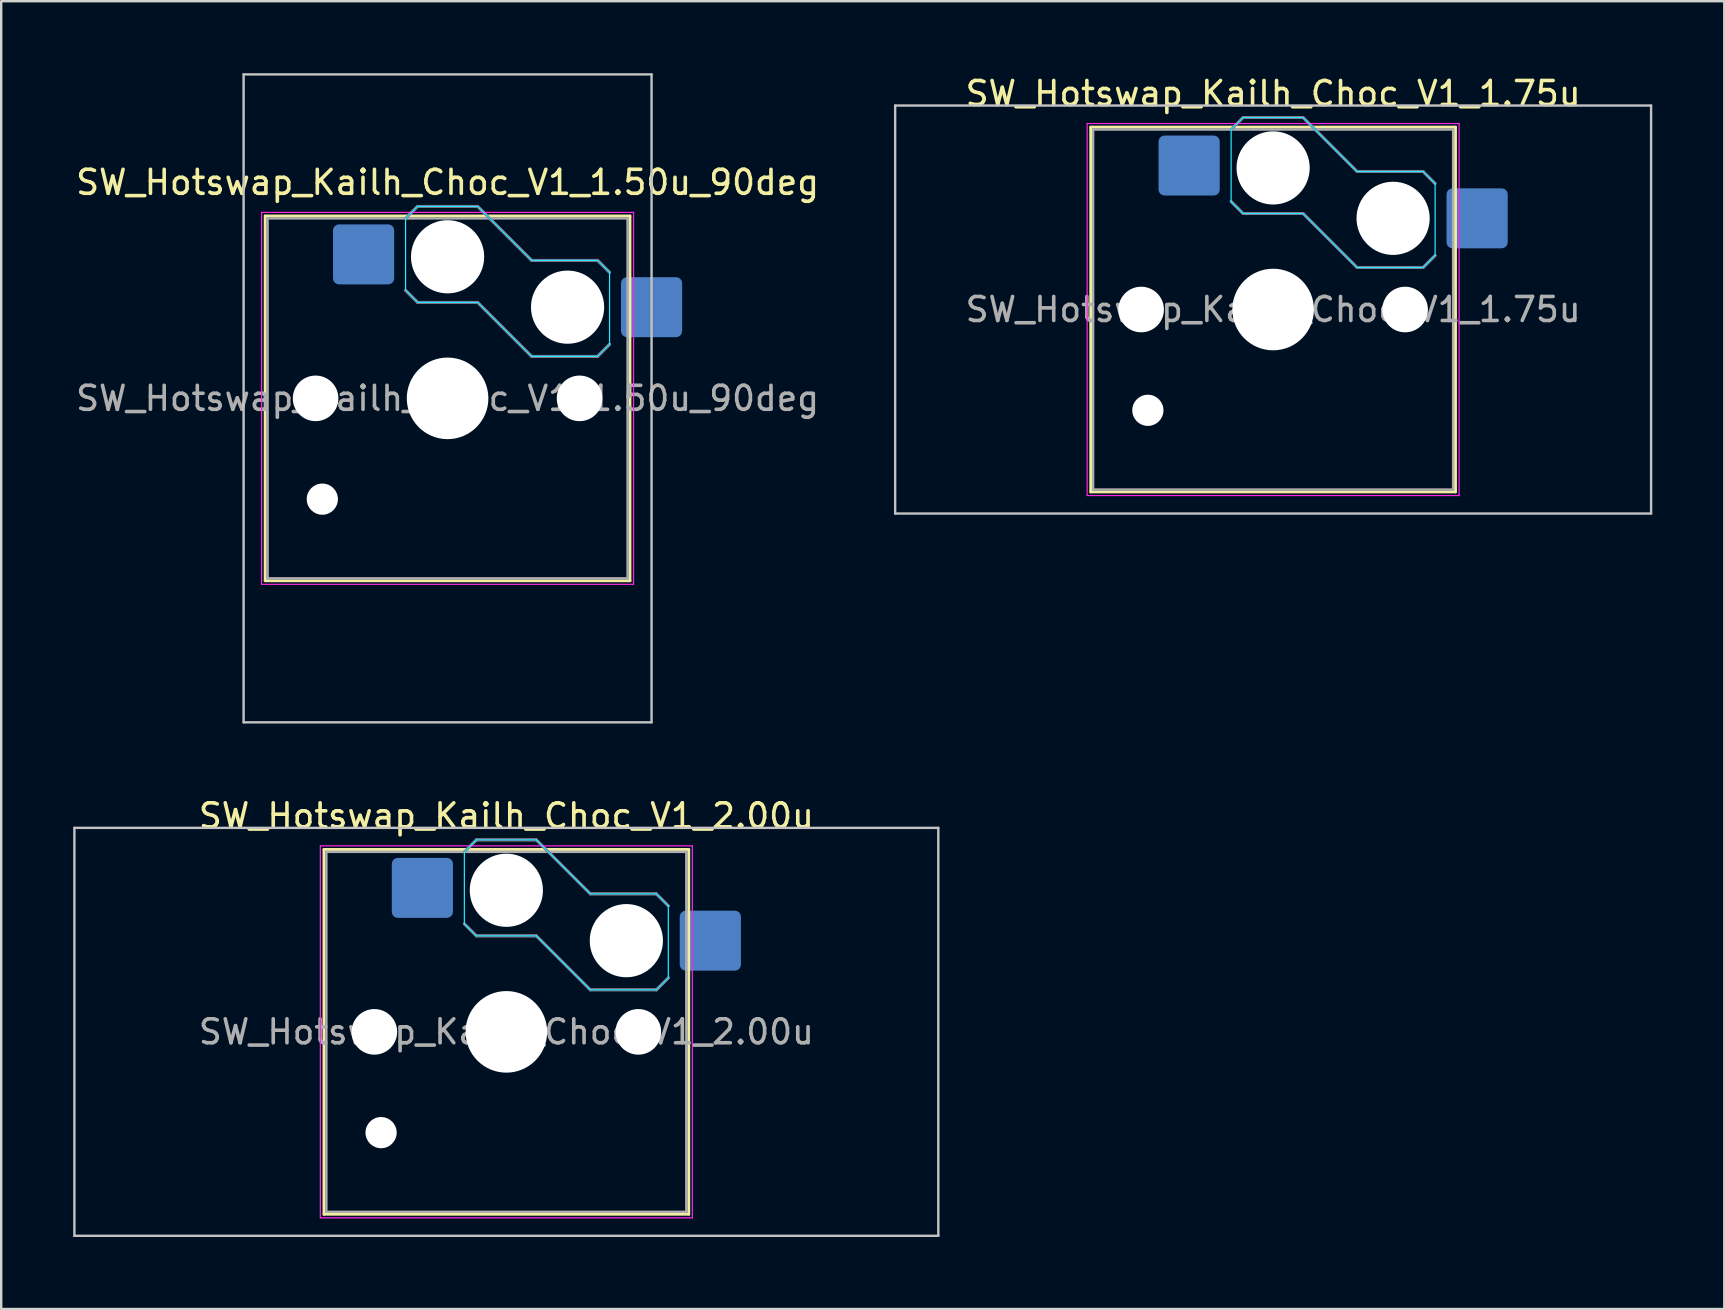
<source format=kicad_pcb>
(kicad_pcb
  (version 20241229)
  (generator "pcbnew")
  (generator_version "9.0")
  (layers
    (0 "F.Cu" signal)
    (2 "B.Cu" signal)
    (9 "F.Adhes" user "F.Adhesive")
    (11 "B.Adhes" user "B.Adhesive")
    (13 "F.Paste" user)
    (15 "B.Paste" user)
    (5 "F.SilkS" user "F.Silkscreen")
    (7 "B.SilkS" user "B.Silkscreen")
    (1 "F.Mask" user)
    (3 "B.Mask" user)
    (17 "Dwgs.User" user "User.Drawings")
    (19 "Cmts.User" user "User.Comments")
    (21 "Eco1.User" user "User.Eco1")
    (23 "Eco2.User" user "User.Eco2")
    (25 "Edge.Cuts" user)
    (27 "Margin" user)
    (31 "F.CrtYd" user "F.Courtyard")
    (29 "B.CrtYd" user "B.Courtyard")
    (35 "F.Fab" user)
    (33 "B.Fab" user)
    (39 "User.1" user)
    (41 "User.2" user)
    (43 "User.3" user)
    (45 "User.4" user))
  (footprint "SW_Hotswap_Kailh_Choc_V1_1.75u"
    (layer "F.Cu")
    (at 50.002 9.848)
    (property "Reference" "SW_Hotswap_Kailh_Choc_V1_1.75u" (at 0 -9 0) (layer "F.SilkS") (effects (font (size 1 1) (thickness 0.15))))
    (attr smd)
    (fp_line (start -7.6 -7.6) (end -7.6 7.6) (stroke (width 0.12) (type solid)) (layer "F.SilkS"))
    (fp_line (start -7.6 7.6) (end 7.6 7.6) (stroke (width 0.12) (type solid)) (layer "F.SilkS"))
    (fp_line (start 7.6 -7.6) (end -7.6 -7.6) (stroke (width 0.12) (type solid)) (layer "F.SilkS"))
    (fp_line (start 7.6 7.6) (end 7.6 -7.6) (stroke (width 0.12) (type solid)) (layer "F.SilkS"))
    (fp_line (start -1.75 -7.5) (end -1.25 -8) (stroke (width 0.12) (type solid)) (layer "B.SilkS"))
    (fp_line (start -1.25 -8) (end 1.25 -8) (stroke (width 0.12) (type solid)) (layer "B.SilkS"))
    (fp_line (start -1.25 -4) (end -1.75 -4.5) (stroke (width 0.12) (type solid)) (layer "B.SilkS"))
    (fp_line (start 1.25 -8) (end 3.5 -5.75) (stroke (width 0.12) (type solid)) (layer "B.SilkS"))
    (fp_line (start 1.25 -4) (end -1.25 -4) (stroke (width 0.12) (type solid)) (layer "B.SilkS"))
    (fp_line (start 3.5 -5.75) (end 6.25 -5.75) (stroke (width 0.12) (type solid)) (layer "B.SilkS"))
    (fp_line (start 3.5 -1.75) (end 1.25 -4) (stroke (width 0.12) (type solid)) (layer "B.SilkS"))
    (fp_line (start 6.25 -5.75) (end 6.75 -5.25) (stroke (width 0.12) (type solid)) (layer "B.SilkS"))
    (fp_line (start 6.25 -1.75) (end 3.5 -1.75) (stroke (width 0.12) (type solid)) (layer "B.SilkS"))
    (fp_line (start 6.75 -2.25) (end 6.25 -1.75) (stroke (width 0.12) (type solid)) (layer "B.SilkS"))
    (fp_line (start -15.75 -8.5) (end -15.75 8.5) (stroke (width 0.1) (type solid)) (layer "Dwgs.User"))
    (fp_line (start -15.75 8.5) (end 15.75 8.5) (stroke (width 0.1) (type solid)) (layer "Dwgs.User"))
    (fp_line (start 15.75 -8.5) (end -15.75 -8.5) (stroke (width 0.1) (type solid)) (layer "Dwgs.User"))
    (fp_line (start 15.75 8.5) (end 15.75 -8.5) (stroke (width 0.1) (type solid)) (layer "Dwgs.User"))
    (fp_line (start -7.25 -7.25) (end -7.25 7.25) (stroke (width 0.1) (type solid)) (layer "Eco1.User"))
    (fp_line (start -7.25 7.25) (end 7.25 7.25) (stroke (width 0.1) (type solid)) (layer "Eco1.User"))
    (fp_line (start 7.25 -7.25) (end -7.25 -7.25) (stroke (width 0.1) (type solid)) (layer "Eco1.User"))
    (fp_line (start 7.25 7.25) (end 7.25 -7.25) (stroke (width 0.1) (type solid)) (layer "Eco1.User"))
    (fp_line (start -1.75 -7.5) (end -1.25 -8) (stroke (width 0.05) (type solid)) (layer "B.CrtYd"))
    (fp_line (start -1.75 -4.5) (end -1.75 -7.5) (stroke (width 0.05) (type solid)) (layer "B.CrtYd"))
    (fp_line (start -1.25 -8) (end 1.25 -8) (stroke (width 0.05) (type solid)) (layer "B.CrtYd"))
    (fp_line (start -1.25 -4) (end -1.75 -4.5) (stroke (width 0.05) (type solid)) (layer "B.CrtYd"))
    (fp_line (start 1.25 -8) (end 3.5 -5.75) (stroke (width 0.05) (type solid)) (layer "B.CrtYd"))
    (fp_line (start 1.25 -4) (end -1.25 -4) (stroke (width 0.05) (type solid)) (layer "B.CrtYd"))
    (fp_line (start 3.5 -5.75) (end 6.25 -5.75) (stroke (width 0.05) (type solid)) (layer "B.CrtYd"))
    (fp_line (start 3.5 -1.75) (end 1.25 -4) (stroke (width 0.05) (type solid)) (layer "B.CrtYd"))
    (fp_line (start 6.25 -5.75) (end 6.75 -5.25) (stroke (width 0.05) (type solid)) (layer "B.CrtYd"))
    (fp_line (start 6.25 -1.75) (end 3.5 -1.75) (stroke (width 0.05) (type solid)) (layer "B.CrtYd"))
    (fp_line (start 6.75 -5.25) (end 6.75 -2.25) (stroke (width 0.05) (type solid)) (layer "B.CrtYd"))
    (fp_line (start 6.75 -2.25) (end 6.25 -1.75) (stroke (width 0.05) (type solid)) (layer "B.CrtYd"))
    (fp_line (start -7.75 -7.75) (end -7.75 7.75) (stroke (width 0.05) (type solid)) (layer "F.CrtYd"))
    (fp_line (start -7.75 7.75) (end 7.75 7.75) (stroke (width 0.05) (type solid)) (layer "F.CrtYd"))
    (fp_line (start 7.75 -7.75) (end -7.75 -7.75) (stroke (width 0.05) (type solid)) (layer "F.CrtYd"))
    (fp_line (start 7.75 7.75) (end 7.75 -7.75) (stroke (width 0.05) (type solid)) (layer "F.CrtYd"))
    (fp_line (start -1.75 -7.5) (end -1.25 -8) (stroke (width 0.1) (type solid)) (layer "B.Fab"))
    (fp_line (start -1.25 -8) (end 1.25 -8) (stroke (width 0.1) (type solid)) (layer "B.Fab"))
    (fp_line (start -1.25 -4) (end -1.75 -4.5) (stroke (width 0.1) (type solid)) (layer "B.Fab"))
    (fp_line (start 1.25 -8) (end 3.5 -5.75) (stroke (width 0.1) (type solid)) (layer "B.Fab"))
    (fp_line (start 1.25 -4) (end -1.25 -4) (stroke (width 0.1) (type solid)) (layer "B.Fab"))
    (fp_line (start 3.5 -5.75) (end 6.25 -5.75) (stroke (width 0.1) (type solid)) (layer "B.Fab"))
    (fp_line (start 3.5 -1.75) (end 1.25 -4) (stroke (width 0.1) (type solid)) (layer "B.Fab"))
    (fp_line (start 6.25 -5.75) (end 6.75 -5.25) (stroke (width 0.1) (type solid)) (layer "B.Fab"))
    (fp_line (start 6.25 -1.75) (end 3.5 -1.75) (stroke (width 0.1) (type solid)) (layer "B.Fab"))
    (fp_line (start 6.75 -2.25) (end 6.25 -1.75) (stroke (width 0.1) (type solid)) (layer "B.Fab"))
    (fp_line (start -7.5 -7.5) (end -7.5 7.5) (stroke (width 0.1) (type solid)) (layer "F.Fab"))
    (fp_line (start -7.5 7.5) (end 7.5 7.5) (stroke (width 0.1) (type solid)) (layer "F.Fab"))
    (fp_line (start 7.5 -7.5) (end -7.5 -7.5) (stroke (width 0.1) (type solid)) (layer "F.Fab"))
    (fp_line (start 7.5 7.5) (end 7.5 -7.5) (stroke (width 0.1) (type solid)) (layer "F.Fab"))
    (fp_text user "${REFERENCE}" (at 0 0 0) (layer "F.Fab") (effects (font (size 1 1) (thickness 0.15))))
    (pad "" np_thru_hole circle (at -5.5 0) (size 1.9 1.9) (drill 1.9) (layers "*.Cu" "*.Mask"))
    (pad "" np_thru_hole circle (at -5.22 4.2) (size 1.3 1.3) (drill 1.3) (layers "*.Cu" "*.Mask"))
    (pad "" np_thru_hole circle (at 0 -5.9) (size 3.05 3.05) (drill 3.05) (layers "*.Cu" "*.Mask"))
    (pad "" np_thru_hole circle (at 0 0) (size 3.4 3.4) (drill 3.4) (layers "*.Cu" "*.Mask"))
    (pad "" np_thru_hole circle (at 5 -3.8) (size 3.05 3.05) (drill 3.05) (layers "*.Cu" "*.Mask"))
    (pad "" np_thru_hole circle (at 5.5 0) (size 1.9 1.9) (drill 1.9) (layers "*.Cu" "*.Mask"))
    (pad "1" smd roundrect (at -3.5 -6) (size 2.55 2.5) (layers "B.Cu" "B.Mask" "B.Paste") (roundrect_rratio 0.1))
    (pad "2" smd roundrect (at 8.5 -3.8) (size 2.55 2.5) (layers "B.Cu" "B.Mask" "B.Paste") (roundrect_rratio 0.1)))
  (footprint "SW_Hotswap_Kailh_Choc_V1_2.00u"
    (layer "F.Cu")
    (at 18.05 39.948)
    (property "Reference" "SW_Hotswap_Kailh_Choc_V1_2.00u" (at 0 -9 0) (layer "F.SilkS") (effects (font (size 1 1) (thickness 0.15))))
    (attr smd)
    (fp_line (start -7.6 -7.6) (end -7.6 7.6) (stroke (width 0.12) (type solid)) (layer "F.SilkS"))
    (fp_line (start -7.6 7.6) (end 7.6 7.6) (stroke (width 0.12) (type solid)) (layer "F.SilkS"))
    (fp_line (start 7.6 -7.6) (end -7.6 -7.6) (stroke (width 0.12) (type solid)) (layer "F.SilkS"))
    (fp_line (start 7.6 7.6) (end 7.6 -7.6) (stroke (width 0.12) (type solid)) (layer "F.SilkS"))
    (fp_line (start -1.75 -7.5) (end -1.25 -8) (stroke (width 0.12) (type solid)) (layer "B.SilkS"))
    (fp_line (start -1.25 -8) (end 1.25 -8) (stroke (width 0.12) (type solid)) (layer "B.SilkS"))
    (fp_line (start -1.25 -4) (end -1.75 -4.5) (stroke (width 0.12) (type solid)) (layer "B.SilkS"))
    (fp_line (start 1.25 -8) (end 3.5 -5.75) (stroke (width 0.12) (type solid)) (layer "B.SilkS"))
    (fp_line (start 1.25 -4) (end -1.25 -4) (stroke (width 0.12) (type solid)) (layer "B.SilkS"))
    (fp_line (start 3.5 -5.75) (end 6.25 -5.75) (stroke (width 0.12) (type solid)) (layer "B.SilkS"))
    (fp_line (start 3.5 -1.75) (end 1.25 -4) (stroke (width 0.12) (type solid)) (layer "B.SilkS"))
    (fp_line (start 6.25 -5.75) (end 6.75 -5.25) (stroke (width 0.12) (type solid)) (layer "B.SilkS"))
    (fp_line (start 6.25 -1.75) (end 3.5 -1.75) (stroke (width 0.12) (type solid)) (layer "B.SilkS"))
    (fp_line (start 6.75 -2.25) (end 6.25 -1.75) (stroke (width 0.12) (type solid)) (layer "B.SilkS"))
    (fp_line (start -18 -8.5) (end -18 8.5) (stroke (width 0.1) (type solid)) (layer "Dwgs.User"))
    (fp_line (start -18 8.5) (end 18 8.5) (stroke (width 0.1) (type solid)) (layer "Dwgs.User"))
    (fp_line (start 18 -8.5) (end -18 -8.5) (stroke (width 0.1) (type solid)) (layer "Dwgs.User"))
    (fp_line (start 18 8.5) (end 18 -8.5) (stroke (width 0.1) (type solid)) (layer "Dwgs.User"))
    (fp_line (start -7.25 -7.25) (end -7.25 7.25) (stroke (width 0.1) (type solid)) (layer "Eco1.User"))
    (fp_line (start -7.25 7.25) (end 7.25 7.25) (stroke (width 0.1) (type solid)) (layer "Eco1.User"))
    (fp_line (start 7.25 -7.25) (end -7.25 -7.25) (stroke (width 0.1) (type solid)) (layer "Eco1.User"))
    (fp_line (start 7.25 7.25) (end 7.25 -7.25) (stroke (width 0.1) (type solid)) (layer "Eco1.User"))
    (fp_line (start -1.75 -7.5) (end -1.25 -8) (stroke (width 0.05) (type solid)) (layer "B.CrtYd"))
    (fp_line (start -1.75 -4.5) (end -1.75 -7.5) (stroke (width 0.05) (type solid)) (layer "B.CrtYd"))
    (fp_line (start -1.25 -8) (end 1.25 -8) (stroke (width 0.05) (type solid)) (layer "B.CrtYd"))
    (fp_line (start -1.25 -4) (end -1.75 -4.5) (stroke (width 0.05) (type solid)) (layer "B.CrtYd"))
    (fp_line (start 1.25 -8) (end 3.5 -5.75) (stroke (width 0.05) (type solid)) (layer "B.CrtYd"))
    (fp_line (start 1.25 -4) (end -1.25 -4) (stroke (width 0.05) (type solid)) (layer "B.CrtYd"))
    (fp_line (start 3.5 -5.75) (end 6.25 -5.75) (stroke (width 0.05) (type solid)) (layer "B.CrtYd"))
    (fp_line (start 3.5 -1.75) (end 1.25 -4) (stroke (width 0.05) (type solid)) (layer "B.CrtYd"))
    (fp_line (start 6.25 -5.75) (end 6.75 -5.25) (stroke (width 0.05) (type solid)) (layer "B.CrtYd"))
    (fp_line (start 6.25 -1.75) (end 3.5 -1.75) (stroke (width 0.05) (type solid)) (layer "B.CrtYd"))
    (fp_line (start 6.75 -5.25) (end 6.75 -2.25) (stroke (width 0.05) (type solid)) (layer "B.CrtYd"))
    (fp_line (start 6.75 -2.25) (end 6.25 -1.75) (stroke (width 0.05) (type solid)) (layer "B.CrtYd"))
    (fp_line (start -7.75 -7.75) (end -7.75 7.75) (stroke (width 0.05) (type solid)) (layer "F.CrtYd"))
    (fp_line (start -7.75 7.75) (end 7.75 7.75) (stroke (width 0.05) (type solid)) (layer "F.CrtYd"))
    (fp_line (start 7.75 -7.75) (end -7.75 -7.75) (stroke (width 0.05) (type solid)) (layer "F.CrtYd"))
    (fp_line (start 7.75 7.75) (end 7.75 -7.75) (stroke (width 0.05) (type solid)) (layer "F.CrtYd"))
    (fp_line (start -1.75 -7.5) (end -1.25 -8) (stroke (width 0.1) (type solid)) (layer "B.Fab"))
    (fp_line (start -1.25 -8) (end 1.25 -8) (stroke (width 0.1) (type solid)) (layer "B.Fab"))
    (fp_line (start -1.25 -4) (end -1.75 -4.5) (stroke (width 0.1) (type solid)) (layer "B.Fab"))
    (fp_line (start 1.25 -8) (end 3.5 -5.75) (stroke (width 0.1) (type solid)) (layer "B.Fab"))
    (fp_line (start 1.25 -4) (end -1.25 -4) (stroke (width 0.1) (type solid)) (layer "B.Fab"))
    (fp_line (start 3.5 -5.75) (end 6.25 -5.75) (stroke (width 0.1) (type solid)) (layer "B.Fab"))
    (fp_line (start 3.5 -1.75) (end 1.25 -4) (stroke (width 0.1) (type solid)) (layer "B.Fab"))
    (fp_line (start 6.25 -5.75) (end 6.75 -5.25) (stroke (width 0.1) (type solid)) (layer "B.Fab"))
    (fp_line (start 6.25 -1.75) (end 3.5 -1.75) (stroke (width 0.1) (type solid)) (layer "B.Fab"))
    (fp_line (start 6.75 -2.25) (end 6.25 -1.75) (stroke (width 0.1) (type solid)) (layer "B.Fab"))
    (fp_line (start -7.5 -7.5) (end -7.5 7.5) (stroke (width 0.1) (type solid)) (layer "F.Fab"))
    (fp_line (start -7.5 7.5) (end 7.5 7.5) (stroke (width 0.1) (type solid)) (layer "F.Fab"))
    (fp_line (start 7.5 -7.5) (end -7.5 -7.5) (stroke (width 0.1) (type solid)) (layer "F.Fab"))
    (fp_line (start 7.5 7.5) (end 7.5 -7.5) (stroke (width 0.1) (type solid)) (layer "F.Fab"))
    (fp_text user "${REFERENCE}" (at 0 0 0) (layer "F.Fab") (effects (font (size 1 1) (thickness 0.15))))
    (pad "" np_thru_hole circle (at -5.5 0) (size 1.9 1.9) (drill 1.9) (layers "*.Cu" "*.Mask"))
    (pad "" np_thru_hole circle (at -5.22 4.2) (size 1.3 1.3) (drill 1.3) (layers "*.Cu" "*.Mask"))
    (pad "" np_thru_hole circle (at 0 -5.9) (size 3.05 3.05) (drill 3.05) (layers "*.Cu" "*.Mask"))
    (pad "" np_thru_hole circle (at 0 0) (size 3.4 3.4) (drill 3.4) (layers "*.Cu" "*.Mask"))
    (pad "" np_thru_hole circle (at 5 -3.8) (size 3.05 3.05) (drill 3.05) (layers "*.Cu" "*.Mask"))
    (pad "" np_thru_hole circle (at 5.5 0) (size 1.9 1.9) (drill 1.9) (layers "*.Cu" "*.Mask"))
    (pad "1" smd roundrect (at -3.5 -6) (size 2.55 2.5) (layers "B.Cu" "B.Mask" "B.Paste") (roundrect_rratio 0.1))
    (pad "2" smd roundrect (at 8.5 -3.8) (size 2.55 2.5) (layers "B.Cu" "B.Mask" "B.Paste") (roundrect_rratio 0.1)))
  (footprint "SW_Hotswap_Kailh_Choc_V1_1.50u_90deg"
    (layer "F.Cu")
    (at 15.601 13.55)
    (property "Reference" "SW_Hotswap_Kailh_Choc_V1_1.50u_90deg" (at 0 -9 0) (layer "F.SilkS") (effects (font (size 1 1) (thickness 0.15))))
    (attr smd)
    (fp_line (start -7.6 -7.6) (end -7.6 7.6) (stroke (width 0.12) (type solid)) (layer "F.SilkS"))
    (fp_line (start -7.6 7.6) (end 7.6 7.6) (stroke (width 0.12) (type solid)) (layer "F.SilkS"))
    (fp_line (start 7.6 -7.6) (end -7.6 -7.6) (stroke (width 0.12) (type solid)) (layer "F.SilkS"))
    (fp_line (start 7.6 7.6) (end 7.6 -7.6) (stroke (width 0.12) (type solid)) (layer "F.SilkS"))
    (fp_line (start -1.75 -7.5) (end -1.25 -8) (stroke (width 0.12) (type solid)) (layer "B.SilkS"))
    (fp_line (start -1.25 -8) (end 1.25 -8) (stroke (width 0.12) (type solid)) (layer "B.SilkS"))
    (fp_line (start -1.25 -4) (end -1.75 -4.5) (stroke (width 0.12) (type solid)) (layer "B.SilkS"))
    (fp_line (start 1.25 -8) (end 3.5 -5.75) (stroke (width 0.12) (type solid)) (layer "B.SilkS"))
    (fp_line (start 1.25 -4) (end -1.25 -4) (stroke (width 0.12) (type solid)) (layer "B.SilkS"))
    (fp_line (start 3.5 -5.75) (end 6.25 -5.75) (stroke (width 0.12) (type solid)) (layer "B.SilkS"))
    (fp_line (start 3.5 -1.75) (end 1.25 -4) (stroke (width 0.12) (type solid)) (layer "B.SilkS"))
    (fp_line (start 6.25 -5.75) (end 6.75 -5.25) (stroke (width 0.12) (type solid)) (layer "B.SilkS"))
    (fp_line (start 6.25 -1.75) (end 3.5 -1.75) (stroke (width 0.12) (type solid)) (layer "B.SilkS"))
    (fp_line (start 6.75 -2.25) (end 6.25 -1.75) (stroke (width 0.12) (type solid)) (layer "B.SilkS"))
    (fp_line (start -8.5 -13.5) (end 8.5 -13.5) (stroke (width 0.1) (type solid)) (layer "Dwgs.User"))
    (fp_line (start -8.5 13.5) (end -8.5 -13.5) (stroke (width 0.1) (type solid)) (layer "Dwgs.User"))
    (fp_line (start 8.5 -13.5) (end 8.5 13.5) (stroke (width 0.1) (type solid)) (layer "Dwgs.User"))
    (fp_line (start 8.5 13.5) (end -8.5 13.5) (stroke (width 0.1) (type solid)) (layer "Dwgs.User"))
    (fp_line (start -7.25 -7.25) (end -7.25 7.25) (stroke (width 0.1) (type solid)) (layer "Eco1.User"))
    (fp_line (start -7.25 7.25) (end 7.25 7.25) (stroke (width 0.1) (type solid)) (layer "Eco1.User"))
    (fp_line (start 7.25 -7.25) (end -7.25 -7.25) (stroke (width 0.1) (type solid)) (layer "Eco1.User"))
    (fp_line (start 7.25 7.25) (end 7.25 -7.25) (stroke (width 0.1) (type solid)) (layer "Eco1.User"))
    (fp_line (start -1.75 -7.5) (end -1.25 -8) (stroke (width 0.05) (type solid)) (layer "B.CrtYd"))
    (fp_line (start -1.75 -4.5) (end -1.75 -7.5) (stroke (width 0.05) (type solid)) (layer "B.CrtYd"))
    (fp_line (start -1.25 -8) (end 1.25 -8) (stroke (width 0.05) (type solid)) (layer "B.CrtYd"))
    (fp_line (start -1.25 -4) (end -1.75 -4.5) (stroke (width 0.05) (type solid)) (layer "B.CrtYd"))
    (fp_line (start 1.25 -8) (end 3.5 -5.75) (stroke (width 0.05) (type solid)) (layer "B.CrtYd"))
    (fp_line (start 1.25 -4) (end -1.25 -4) (stroke (width 0.05) (type solid)) (layer "B.CrtYd"))
    (fp_line (start 3.5 -5.75) (end 6.25 -5.75) (stroke (width 0.05) (type solid)) (layer "B.CrtYd"))
    (fp_line (start 3.5 -1.75) (end 1.25 -4) (stroke (width 0.05) (type solid)) (layer "B.CrtYd"))
    (fp_line (start 6.25 -5.75) (end 6.75 -5.25) (stroke (width 0.05) (type solid)) (layer "B.CrtYd"))
    (fp_line (start 6.25 -1.75) (end 3.5 -1.75) (stroke (width 0.05) (type solid)) (layer "B.CrtYd"))
    (fp_line (start 6.75 -5.25) (end 6.75 -2.25) (stroke (width 0.05) (type solid)) (layer "B.CrtYd"))
    (fp_line (start 6.75 -2.25) (end 6.25 -1.75) (stroke (width 0.05) (type solid)) (layer "B.CrtYd"))
    (fp_line (start -7.75 -7.75) (end -7.75 7.75) (stroke (width 0.05) (type solid)) (layer "F.CrtYd"))
    (fp_line (start -7.75 7.75) (end 7.75 7.75) (stroke (width 0.05) (type solid)) (layer "F.CrtYd"))
    (fp_line (start 7.75 -7.75) (end -7.75 -7.75) (stroke (width 0.05) (type solid)) (layer "F.CrtYd"))
    (fp_line (start 7.75 7.75) (end 7.75 -7.75) (stroke (width 0.05) (type solid)) (layer "F.CrtYd"))
    (fp_line (start -1.75 -7.5) (end -1.25 -8) (stroke (width 0.1) (type solid)) (layer "B.Fab"))
    (fp_line (start -1.25 -8) (end 1.25 -8) (stroke (width 0.1) (type solid)) (layer "B.Fab"))
    (fp_line (start -1.25 -4) (end -1.75 -4.5) (stroke (width 0.1) (type solid)) (layer "B.Fab"))
    (fp_line (start 1.25 -8) (end 3.5 -5.75) (stroke (width 0.1) (type solid)) (layer "B.Fab"))
    (fp_line (start 1.25 -4) (end -1.25 -4) (stroke (width 0.1) (type solid)) (layer "B.Fab"))
    (fp_line (start 3.5 -5.75) (end 6.25 -5.75) (stroke (width 0.1) (type solid)) (layer "B.Fab"))
    (fp_line (start 3.5 -1.75) (end 1.25 -4) (stroke (width 0.1) (type solid)) (layer "B.Fab"))
    (fp_line (start 6.25 -5.75) (end 6.75 -5.25) (stroke (width 0.1) (type solid)) (layer "B.Fab"))
    (fp_line (start 6.25 -1.75) (end 3.5 -1.75) (stroke (width 0.1) (type solid)) (layer "B.Fab"))
    (fp_line (start 6.75 -2.25) (end 6.25 -1.75) (stroke (width 0.1) (type solid)) (layer "B.Fab"))
    (fp_line (start -7.5 -7.5) (end -7.5 7.5) (stroke (width 0.1) (type solid)) (layer "F.Fab"))
    (fp_line (start -7.5 7.5) (end 7.5 7.5) (stroke (width 0.1) (type solid)) (layer "F.Fab"))
    (fp_line (start 7.5 -7.5) (end -7.5 -7.5) (stroke (width 0.1) (type solid)) (layer "F.Fab"))
    (fp_line (start 7.5 7.5) (end 7.5 -7.5) (stroke (width 0.1) (type solid)) (layer "F.Fab"))
    (fp_text user "${REFERENCE}" (at 0 0 0) (layer "F.Fab") (effects (font (size 1 1) (thickness 0.15))))
    (pad "" np_thru_hole circle (at -5.5 0) (size 1.9 1.9) (drill 1.9) (layers "*.Cu" "*.Mask"))
    (pad "" np_thru_hole circle (at -5.22 4.2) (size 1.3 1.3) (drill 1.3) (layers "*.Cu" "*.Mask"))
    (pad "" np_thru_hole circle (at 0 -5.9) (size 3.05 3.05) (drill 3.05) (layers "*.Cu" "*.Mask"))
    (pad "" np_thru_hole circle (at 0 0) (size 3.4 3.4) (drill 3.4) (layers "*.Cu" "*.Mask"))
    (pad "" np_thru_hole circle (at 5 -3.8) (size 3.05 3.05) (drill 3.05) (layers "*.Cu" "*.Mask"))
    (pad "" np_thru_hole circle (at 5.5 0) (size 1.9 1.9) (drill 1.9) (layers "*.Cu" "*.Mask"))
    (pad "1" smd roundrect (at -3.5 -6) (size 2.55 2.5) (layers "B.Cu" "B.Mask" "B.Paste") (roundrect_rratio 0.1))
    (pad "2" smd roundrect (at 8.5 -3.8) (size 2.55 2.5) (layers "B.Cu" "B.Mask" "B.Paste") (roundrect_rratio 0.1)))
  (gr_rect
    (start -3 -3)
    (end 68.802 51.498)
    (stroke (width 0.1) (type default))
    (fill no)
    (layer "Edge.Cuts")))
</source>
